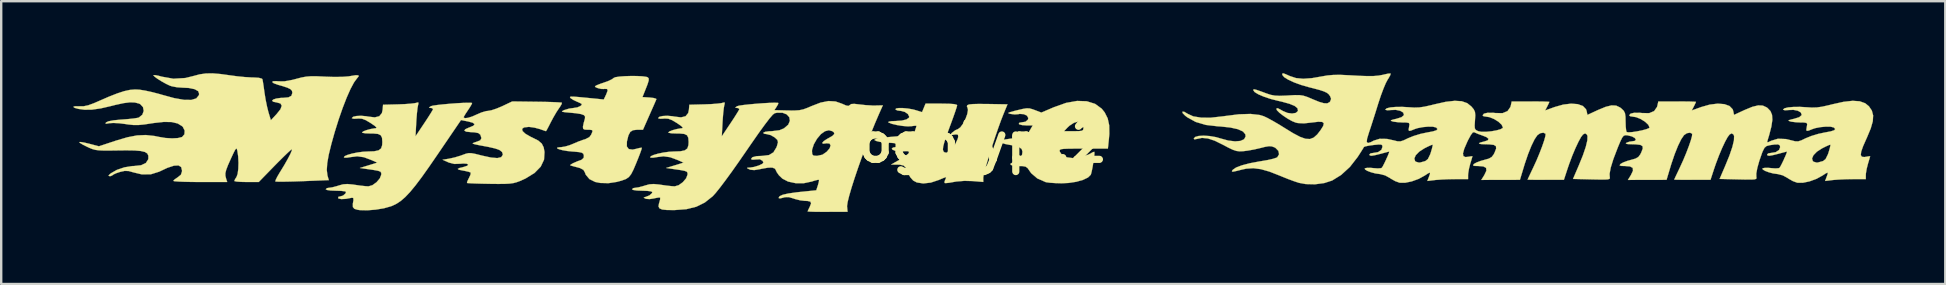
<source format=kicad_pcb>
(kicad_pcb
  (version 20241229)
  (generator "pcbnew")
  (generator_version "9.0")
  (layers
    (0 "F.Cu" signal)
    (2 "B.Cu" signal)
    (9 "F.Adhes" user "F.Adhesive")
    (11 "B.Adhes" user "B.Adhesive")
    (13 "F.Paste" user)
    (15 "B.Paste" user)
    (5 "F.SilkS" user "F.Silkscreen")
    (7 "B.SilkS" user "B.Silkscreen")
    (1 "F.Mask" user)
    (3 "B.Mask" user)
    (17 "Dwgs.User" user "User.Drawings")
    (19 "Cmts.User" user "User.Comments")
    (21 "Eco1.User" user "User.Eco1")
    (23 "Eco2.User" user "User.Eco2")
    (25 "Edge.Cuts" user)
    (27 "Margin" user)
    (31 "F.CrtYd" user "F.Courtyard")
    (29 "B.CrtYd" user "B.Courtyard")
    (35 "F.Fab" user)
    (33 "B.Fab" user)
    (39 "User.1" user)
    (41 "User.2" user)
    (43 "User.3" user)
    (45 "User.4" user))
  (footprint "logotype2"
    (layer "F.Cu")
    (at 37.493 2.9)
    (property "Reference" "logotype2" (at 0 0 0) (layer "F.SilkS") (effects (font (size 1.524 1.524) (thickness 0.3))))
    (attr through_hole)
    (fp_poly (pts (xy 4.737 -1.731) (xy 5.082 -1.623) (xy 5.359 -1.421) (xy 5.482 -1.267) (xy 5.607 -1.018) (xy 5.67 -0.728) (xy 5.675 -0.37) (xy 5.657 -0.155) (xy 5.615 0.242) (xy 4.597 0.242) (xy 4.225 0.242) (xy 3.958 0.245) (xy 3.778 0.252) (xy 3.671 0.266) (xy 3.618 0.289) (xy 3.604 0.322) (xy 3.612 0.368) (xy 3.613 0.37) (xy 3.708 0.511) (xy 3.892 0.602) (xy 4.141 0.636) (xy 4.408 0.611) (xy 4.623 0.555) (xy 4.81 0.487) (xy 4.884 0.449) (xy 4.995 0.387) (xy 5.052 0.375) (xy 5.056 0.443) (xy 5.041 0.594) (xy 5.013 0.792) (xy 4.979 1.001) (xy 4.942 1.186) (xy 4.91 1.31) (xy 4.902 1.33) (xy 4.788 1.444) (xy 4.579 1.544) (xy 4.302 1.623) (xy 3.983 1.672) (xy 3.689 1.686) (xy 3.432 1.679) (xy 3.205 1.664) (xy 3.049 1.643) (xy 3.023 1.637) (xy 2.673 1.483) (xy 2.421 1.267) (xy 2.359 1.181) (xy 2.273 1.056) (xy 2.186 0.993) (xy 2.053 0.97) (xy 1.904 0.968) (xy 1.684 0.955) (xy 1.567 0.92) (xy 1.558 0.87) (xy 1.664 0.808) (xy 1.723 0.786) (xy 1.934 0.669) (xy 2.041 0.491) (xy 2.056 0.369) (xy 2.023 0.258) (xy 1.912 0.177) (xy 1.707 0.117) (xy 1.542 0.089) (xy 1.339 0.05) (xy 1.171 0.001) (xy 1.119 -0.021) (xy 1.062 -0.062) (xy 1.086 -0.092) (xy 1.207 -0.12) (xy 1.3 -0.135) (xy 1.559 -0.173) (xy 1.835 -0.21) (xy 1.907 -0.218) (xy 2.098 -0.251) (xy 2.215 -0.309) (xy 2.307 -0.422) (xy 2.344 -0.484) (xy 3.789 -0.484) (xy 4.193 -0.484) (xy 4.407 -0.487) (xy 4.528 -0.501) (xy 4.582 -0.537) (xy 4.596 -0.604) (xy 4.596 -0.628) (xy 4.56 -0.772) (xy 4.506 -0.847) (xy 4.375 -0.883) (xy 4.201 -0.834) (xy 4.013 -0.712) (xy 3.926 -0.63) (xy 3.789 -0.484) (xy 2.344 -0.484) (xy 2.348 -0.49) (xy 2.483 -0.726) (xy 2.213 -0.726) (xy 2.041 -0.738) (xy 1.926 -0.77) (xy 1.905 -0.786) (xy 1.923 -0.834) (xy 1.987 -0.847) (xy 2.184 -0.879) (xy 2.286 -0.97) (xy 2.298 -1.033) (xy 2.245 -1.131) (xy 2.113 -1.193) (xy 1.943 -1.205) (xy 1.878 -1.193) (xy 1.737 -1.183) (xy 1.569 -1.202) (xy 1.482 -1.224) (xy 1.468 -1.247) (xy 1.54 -1.278) (xy 1.71 -1.325) (xy 1.834 -1.356) (xy 2.07 -1.412) (xy 2.229 -1.438) (xy 2.352 -1.433) (xy 2.478 -1.398) (xy 2.568 -1.365) (xy 2.843 -1.26) (xy 3.372 -1.486) (xy 3.875 -1.664) (xy 4.333 -1.745) (xy 4.737 -1.731)) (stroke (width 0.01) (type solid)) (fill yes) (layer "F.SilkS"))
    (fp_poly (pts (xy -13.995 -2.782) (xy -13.771 -2.77) (xy -13.609 -2.747) (xy -13.553 -2.727) (xy -13.515 -2.679) (xy -13.517 -2.592) (xy -13.564 -2.44) (xy -13.623 -2.289) (xy -13.776 -1.905) (xy -13.476 -1.887) (xy -13.309 -1.867) (xy -13.209 -1.837) (xy -13.195 -1.817) (xy -13.226 -1.744) (xy -13.295 -1.585) (xy -13.392 -1.366) (xy -13.485 -1.155) (xy -13.755 -0.544) (xy -14.004 -0.544) (xy -14.172 -0.525) (xy -14.285 -0.453) (xy -14.362 -0.305) (xy -14.422 -0.06) (xy -14.424 -0.047) (xy -14.427 0.151) (xy -14.346 0.261) (xy -14.184 0.283) (xy -14.046 0.253) (xy -13.899 0.215) (xy -13.811 0.205) (xy -13.803 0.208) (xy -13.815 0.269) (xy -13.867 0.418) (xy -13.949 0.631) (xy -14.032 0.836) (xy -14.15 1.115) (xy -14.247 1.305) (xy -14.345 1.429) (xy -14.47 1.511) (xy -14.643 1.574) (xy -14.847 1.629) (xy -15.186 1.681) (xy -15.533 1.673) (xy -15.745 1.631) (xy -15.986 1.511) (xy -16.139 1.328) (xy -16.173 1.237) (xy -16.235 1.128) (xy -16.375 1.053) (xy -16.465 1.027) (xy -16.637 0.982) (xy -16.759 0.948) (xy -16.782 0.941) (xy -16.771 0.909) (xy -16.666 0.849) (xy -16.487 0.771) (xy -16.309 0.705) (xy -16.223 0.62) (xy -16.218 0.529) (xy -16.239 0.459) (xy -16.294 0.415) (xy -16.409 0.388) (xy -16.61 0.368) (xy -16.691 0.363) (xy -16.918 0.34) (xy -17.111 0.306) (xy -17.254 0.267) (xy -17.331 0.23) (xy -17.325 0.2) (xy -17.221 0.184) (xy -17.175 0.183) (xy -16.998 0.155) (xy -16.777 0.087) (xy -16.654 0.036) (xy -16.445 -0.053) (xy -16.249 -0.124) (xy -16.164 -0.148) (xy -15.99 -0.236) (xy -15.914 -0.338) (xy -15.859 -0.47) (xy -15.871 -0.529) (xy -15.973 -0.544) (xy -16.064 -0.544) (xy -16.183 -0.55) (xy -16.245 -0.582) (xy -16.257 -0.666) (xy -16.225 -0.823) (xy -16.174 -1.005) (xy -16.167 -1.092) (xy -16.216 -1.154) (xy -16.337 -1.198) (xy -16.549 -1.232) (xy -16.782 -1.254) (xy -16.999 -1.274) (xy -17.11 -1.292) (xy -17.13 -1.313) (xy -17.074 -1.346) (xy -17.024 -1.368) (xy -16.83 -1.426) (xy -16.658 -1.449) (xy -16.486 -1.477) (xy -16.362 -1.532) (xy -16.304 -1.586) (xy -16.321 -1.63) (xy -16.431 -1.684) (xy -16.497 -1.711) (xy -16.657 -1.787) (xy -16.766 -1.858) (xy -16.784 -1.878) (xy -16.795 -1.903) (xy -16.782 -1.919) (xy -16.729 -1.925) (xy -16.621 -1.922) (xy -16.442 -1.908) (xy -16.176 -1.883) (xy -15.808 -1.847) (xy -15.737 -1.84) (xy -15.388 -1.805) (xy -15.285 -2.021) (xy -15.227 -2.173) (xy -15.248 -2.242) (xy -15.354 -2.247) (xy -15.385 -2.242) (xy -15.493 -2.245) (xy -15.623 -2.274) (xy -15.726 -2.315) (xy -15.756 -2.355) (xy -15.687 -2.396) (xy -15.537 -2.456) (xy -15.378 -2.51) (xy -15.183 -2.581) (xy -15.037 -2.653) (xy -14.98 -2.7) (xy -14.903 -2.734) (xy -14.735 -2.759) (xy -14.508 -2.776) (xy -14.251 -2.784) (xy -13.995 -2.782)) (stroke (width 0.01) (type solid)) (fill yes) (layer "F.SilkS"))
    (fp_poly (pts (xy -1.002 -1.628) (xy -0.792 -1.613) (xy -0.685 -1.586) (xy -0.665 -1.562) (xy -0.686 -1.482) (xy -0.741 -1.312) (xy -0.825 -1.073) (xy -0.928 -0.789) (xy -0.968 -0.684) (xy -1.103 -0.315) (xy -1.195 -0.042) (xy -1.246 0.151) (xy -1.259 0.278) (xy -1.238 0.356) (xy -1.184 0.399) (xy -1.171 0.405) (xy -1.036 0.408) (xy -0.903 0.306) (xy -0.764 0.093) (xy -0.745 0.055) (xy -0.643 -0.16) (xy -0.61 -0.289) (xy -0.647 -0.346) (xy -0.755 -0.347) (xy -0.796 -0.34) (xy -0.922 -0.318) (xy -0.947 -0.338) (xy -0.887 -0.413) (xy -0.882 -0.417) (xy -0.745 -0.523) (xy -0.639 -0.568) (xy -0.532 -0.644) (xy -0.418 -0.799) (xy -0.317 -0.996) (xy -0.243 -1.199) (xy -0.214 -1.371) (xy -0.232 -1.458) (xy -0.26 -1.522) (xy -0.242 -1.568) (xy -0.164 -1.598) (xy -0.012 -1.614) (xy 0.229 -1.62) (xy 0.574 -1.617) (xy 0.671 -1.616) (xy 1.432 -1.603) (xy 1.264 -1.196) (xy 1.163 -0.937) (xy 1.048 -0.62) (xy 0.926 -0.267) (xy 0.804 0.103) (xy 0.688 0.466) (xy 0.585 0.803) (xy 0.502 1.091) (xy 0.446 1.31) (xy 0.424 1.439) (xy 0.423 1.445) (xy 0.423 1.631) (xy -0.015 1.594) (xy -0.362 1.585) (xy -0.697 1.612) (xy -0.806 1.631) (xy -0.999 1.665) (xy -1.139 1.679) (xy -1.189 1.674) (xy -1.188 1.604) (xy -1.153 1.52) (xy -1.124 1.456) (xy -1.142 1.435) (xy -1.227 1.461) (xy -1.4 1.535) (xy -1.422 1.545) (xy -1.76 1.657) (xy -2.076 1.693) (xy -2.344 1.652) (xy -2.497 1.571) (xy -2.621 1.43) (xy -2.718 1.246) (xy -2.726 1.224) (xy -2.799 1.043) (xy -2.894 0.948) (xy -3.047 0.912) (xy -3.175 0.908) (xy -3.417 0.906) (xy -3.084 0.716) (xy -2.837 0.563) (xy -2.696 0.449) (xy -2.665 0.376) (xy -2.743 0.345) (xy -2.872 0.351) (xy -3.077 0.357) (xy -3.253 0.331) (xy -3.365 0.281) (xy -3.387 0.241) (xy -3.335 0.196) (xy -3.235 0.181) (xy -3.122 0.163) (xy -3.084 0.127) (xy -3.14 0.057) (xy -3.292 0.012) (xy -3.467 -0.001) (xy -3.676 -0.012) (xy -3.876 -0.038) (xy -4.032 -0.075) (xy -4.109 -0.114) (xy -4.112 -0.123) (xy -4.052 -0.161) (xy -3.874 -0.198) (xy -3.581 -0.234) (xy -3.176 -0.268) (xy -3.013 -0.28) (xy -2.76 -0.298) (xy -2.601 -0.318) (xy -2.51 -0.351) (xy -2.46 -0.406) (xy -2.425 -0.493) (xy -2.423 -0.499) (xy -2.379 -0.633) (xy -2.359 -0.706) (xy -2.359 -0.707) (xy -2.411 -0.713) (xy -2.539 -0.697) (xy -2.564 -0.693) (xy -2.727 -0.685) (xy -2.945 -0.704) (xy -3.177 -0.741) (xy -3.382 -0.79) (xy -3.518 -0.844) (xy -3.535 -0.856) (xy -3.513 -0.883) (xy -3.395 -0.902) (xy -3.244 -0.907) (xy -2.975 -0.925) (xy -2.778 -0.973) (xy -2.673 -1.046) (xy -2.661 -1.086) (xy -2.714 -1.195) (xy -2.843 -1.286) (xy -3.004 -1.33) (xy -3.025 -1.33) (xy -3.163 -1.35) (xy -3.235 -1.391) (xy -3.211 -1.43) (xy -3.097 -1.448) (xy -2.923 -1.447) (xy -2.718 -1.428) (xy -2.512 -1.392) (xy -2.409 -1.365) (xy -2.128 -1.279) (xy -2.054 -1.456) (xy -1.981 -1.633) (xy -1.323 -1.633) (xy -1.002 -1.628)) (stroke (width 0.01) (type solid)) (fill yes) (layer "F.SilkS"))
    (fp_poly (pts (xy -18.181 -1.711) (xy -17.842 -1.706) (xy -17.548 -1.698) (xy -17.318 -1.688) (xy -17.173 -1.678) (xy -17.132 -1.67) (xy -17.146 -1.609) (xy -17.217 -1.49) (xy -17.253 -1.44) (xy -17.36 -1.279) (xy -17.488 -1.059) (xy -17.593 -0.862) (xy -17.688 -0.675) (xy -17.76 -0.54) (xy -17.795 -0.485) (xy -17.796 -0.485) (xy -17.856 -0.504) (xy -17.99 -0.551) (xy -18.052 -0.573) (xy -18.269 -0.631) (xy -18.487 -0.662) (xy -18.517 -0.663) (xy -18.707 -0.642) (xy -18.791 -0.581) (xy -18.771 -0.489) (xy -18.651 -0.376) (xy -18.434 -0.251) (xy -18.357 -0.215) (xy -18.118 -0.094) (xy -17.972 0.031) (xy -17.892 0.189) (xy -17.857 0.382) (xy -17.877 0.703) (xy -18.015 0.994) (xy -18.27 1.254) (xy -18.642 1.484) (xy -18.876 1.59) (xy -19.014 1.641) (xy -19.148 1.677) (xy -19.304 1.699) (xy -19.508 1.71) (xy -19.783 1.713) (xy -20.132 1.709) (xy -20.455 1.703) (xy -20.732 1.695) (xy -20.942 1.686) (xy -21.065 1.677) (xy -21.087 1.673) (xy -21.075 1.611) (xy -21.017 1.488) (xy -21.003 1.464) (xy -20.942 1.331) (xy -20.931 1.246) (xy -20.935 1.239) (xy -21.013 1.208) (xy -21.168 1.172) (xy -21.267 1.154) (xy -21.426 1.121) (xy -21.471 1.088) (xy -21.399 1.049) (xy -21.212 1.002) (xy -21.07 0.954) (xy -21.036 0.906) (xy -21.096 0.871) (xy -21.24 0.862) (xy -21.346 0.871) (xy -21.613 0.881) (xy -21.84 0.823) (xy -21.875 0.808) (xy -22.104 0.705) (xy -21.832 0.661) (xy -21.601 0.61) (xy -21.35 0.534) (xy -21.274 0.506) (xy -21.134 0.455) (xy -21.022 0.43) (xy -20.902 0.432) (xy -20.74 0.462) (xy -20.502 0.522) (xy -20.454 0.534) (xy -20.087 0.614) (xy -19.823 0.636) (xy -19.66 0.598) (xy -19.596 0.502) (xy -19.594 0.479) (xy -19.625 0.383) (xy -19.725 0.304) (xy -19.911 0.236) (xy -20.198 0.17) (xy -20.338 0.144) (xy -20.567 0.102) (xy -20.745 0.064) (xy -20.842 0.038) (xy -20.851 0.033) (xy -20.818 0.002) (xy -20.702 -0.039) (xy -20.674 -0.047) (xy -20.533 -0.104) (xy -20.489 -0.183) (xy -20.491 -0.217) (xy -20.53 -0.337) (xy -20.613 -0.405) (xy -20.769 -0.436) (xy -20.918 -0.444) (xy -21.115 -0.464) (xy -21.196 -0.506) (xy -21.16 -0.565) (xy -21.005 -0.635) (xy -20.983 -0.642) (xy -20.817 -0.713) (xy -20.771 -0.778) (xy -20.846 -0.837) (xy -21.038 -0.889) (xy -21.336 -0.948) (xy -22.315 0.489) (xy -22.672 1.008) (xy -22.975 1.434) (xy -23.235 1.778) (xy -23.459 2.049) (xy -23.658 2.259) (xy -23.84 2.417) (xy -24.016 2.535) (xy -24.195 2.622) (xy -24.252 2.644) (xy -24.545 2.727) (xy -24.89 2.784) (xy -25.241 2.812) (xy -25.546 2.805) (xy -25.642 2.791) (xy -25.777 2.751) (xy -25.84 2.678) (xy -25.843 2.54) (xy -25.817 2.389) (xy -25.825 2.297) (xy -25.884 2.289) (xy -26.131 2.335) (xy -26.325 2.345) (xy -26.44 2.319) (xy -26.454 2.305) (xy -26.444 2.249) (xy -26.383 2.238) (xy -26.251 2.199) (xy -26.15 2.111) (xy -26.126 2.044) (xy -26.181 2.02) (xy -26.327 2.003) (xy -26.532 1.996) (xy -26.549 1.996) (xy -26.766 1.988) (xy -26.916 1.966) (xy -26.972 1.935) (xy -26.972 1.935) (xy -26.921 1.888) (xy -26.836 1.874) (xy -26.696 1.854) (xy -26.506 1.804) (xy -26.433 1.78) (xy -26.252 1.73) (xy -26.071 1.717) (xy -25.84 1.738) (xy -25.756 1.751) (xy -25.523 1.784) (xy -25.317 1.806) (xy -25.193 1.814) (xy -25.026 1.765) (xy -24.854 1.641) (xy -24.718 1.48) (xy -24.659 1.33) (xy -24.659 1.253) (xy -24.693 1.202) (xy -24.785 1.167) (xy -24.96 1.134) (xy -25.098 1.114) (xy -25.551 1.049) (xy -25.188 0.938) (xy -24.825 0.827) (xy -25.067 0.718) (xy -25.383 0.6) (xy -25.659 0.562) (xy -25.93 0.595) (xy -26.092 0.62) (xy -26.198 0.617) (xy -26.215 0.607) (xy -26.186 0.558) (xy -26.065 0.504) (xy -25.879 0.45) (xy -25.657 0.404) (xy -25.425 0.373) (xy -25.238 0.363) (xy -24.954 0.353) (xy -24.771 0.314) (xy -24.666 0.234) (xy -24.621 0.099) (xy -24.614 -0.034) (xy -24.626 -0.208) (xy -24.679 -0.315) (xy -24.795 -0.37) (xy -24.997 -0.389) (xy -25.143 -0.39) (xy -25.32 -0.396) (xy -25.436 -0.415) (xy -25.46 -0.432) (xy -25.408 -0.476) (xy -25.277 -0.527) (xy -25.109 -0.573) (xy -24.946 -0.602) (xy -24.886 -0.606) (xy -24.854 -0.63) (xy -24.925 -0.703) (xy -25.098 -0.822) (xy -25.305 -0.945) (xy -25.461 -1.004) (xy -25.608 -1.013) (xy -25.657 -1.008) (xy -25.802 -1.002) (xy -25.88 -1.022) (xy -25.884 -1.031) (xy -25.83 -1.085) (xy -25.69 -1.117) (xy -25.497 -1.126) (xy -25.287 -1.108) (xy -25.206 -1.093) (xy -24.929 -1.06) (xy -24.74 -1.108) (xy -24.632 -1.24) (xy -24.602 -1.376) (xy -24.584 -1.586) (xy -23.949 -1.602) (xy -23.672 -1.613) (xy -23.432 -1.631) (xy -23.261 -1.651) (xy -23.198 -1.666) (xy -23.118 -1.686) (xy -23.11 -1.629) (xy -23.126 -1.567) (xy -23.149 -1.444) (xy -23.172 -1.235) (xy -23.193 -0.977) (xy -23.201 -0.847) (xy -23.231 -0.272) (xy -22.867 -0.816) (xy -22.718 -1.042) (xy -22.598 -1.231) (xy -22.521 -1.36) (xy -22.5 -1.406) (xy -22.547 -1.445) (xy -22.603 -1.453) (xy -22.669 -1.462) (xy -22.633 -1.499) (xy -22.588 -1.527) (xy -22.498 -1.55) (xy -22.319 -1.576) (xy -22.079 -1.602) (xy -21.804 -1.627) (xy -21.522 -1.648) (xy -21.26 -1.663) (xy -21.047 -1.669) (xy -20.909 -1.666) (xy -20.874 -1.658) (xy -20.893 -1.604) (xy -20.966 -1.481) (xy -21.04 -1.369) (xy -21.144 -1.213) (xy -21.212 -1.099) (xy -21.227 -1.063) (xy -21.178 -1.027) (xy -21.048 -1.04) (xy -20.864 -1.098) (xy -20.683 -1.179) (xy -20.48 -1.266) (xy -20.29 -1.321) (xy -20.208 -1.33) (xy -20.067 -1.356) (xy -19.861 -1.424) (xy -19.633 -1.519) (xy -19.616 -1.527) (xy -19.201 -1.724) (xy -18.181 -1.711)) (stroke (width 0.01) (type solid)) (fill yes) (layer "F.SilkS"))
    (fp_poly (pts (xy -31.354 -2.866) (xy -30.964 -2.812) (xy -30.658 -2.771) (xy -30.345 -2.74) (xy -30.079 -2.724) (xy -30.009 -2.723) (xy -29.762 -2.709) (xy -29.63 -2.672) (xy -29.609 -2.646) (xy -29.591 -2.553) (xy -29.563 -2.375) (xy -29.531 -2.146) (xy -29.523 -2.086) (xy -29.477 -1.801) (xy -29.418 -1.511) (xy -29.36 -1.278) (xy -29.358 -1.272) (xy -29.258 -0.941) (xy -29.018 -1.198) (xy -28.858 -1.399) (xy -28.805 -1.545) (xy -28.858 -1.639) (xy -29.014 -1.682) (xy -29.162 -1.712) (xy -29.205 -1.756) (xy -29.157 -1.804) (xy -29.033 -1.845) (xy -28.847 -1.871) (xy -28.746 -1.874) (xy -28.525 -1.894) (xy -28.403 -1.959) (xy -28.363 -2.078) (xy -28.363 -2.086) (xy -28.379 -2.168) (xy -28.441 -2.235) (xy -28.568 -2.297) (xy -28.781 -2.367) (xy -28.953 -2.415) (xy -29.134 -2.479) (xy -29.203 -2.534) (xy -29.161 -2.568) (xy -29.008 -2.569) (xy -28.95 -2.563) (xy -28.692 -2.562) (xy -28.357 -2.623) (xy -28.209 -2.662) (xy -27.983 -2.721) (xy -27.787 -2.757) (xy -27.585 -2.773) (xy -27.338 -2.772) (xy -27.009 -2.757) (xy -27.003 -2.756) (xy -26.624 -2.744) (xy -26.285 -2.748) (xy -26.021 -2.768) (xy -25.95 -2.78) (xy -25.73 -2.816) (xy -25.616 -2.815) (xy -25.598 -2.773) (xy -25.666 -2.688) (xy -25.668 -2.687) (xy -25.793 -2.517) (xy -25.939 -2.245) (xy -26.099 -1.885) (xy -26.266 -1.455) (xy -26.435 -0.97) (xy -26.599 -0.445) (xy -26.736 0.043) (xy -26.847 0.494) (xy -26.91 0.852) (xy -26.928 1.133) (xy -26.902 1.353) (xy -26.89 1.397) (xy -26.843 1.554) (xy -27.942 1.598) (xy -28.294 1.61) (xy -28.602 1.617) (xy -28.848 1.62) (xy -29.012 1.617) (xy -29.072 1.61) (xy -29.057 1.547) (xy -28.99 1.411) (xy -28.883 1.229) (xy -28.863 1.197) (xy -28.695 0.922) (xy -28.553 0.671) (xy -28.446 0.465) (xy -28.386 0.323) (xy -28.379 0.266) (xy -28.428 0.299) (xy -28.545 0.405) (xy -28.717 0.57) (xy -28.929 0.78) (xy -29.084 0.937) (xy -29.763 1.633) (xy -30.273 1.633) (xy -30.504 1.628) (xy -30.68 1.615) (xy -30.773 1.596) (xy -30.78 1.587) (xy -30.746 1.509) (xy -30.69 1.425) (xy -30.643 1.297) (xy -30.615 1.087) (xy -30.607 0.831) (xy -30.62 0.565) (xy -30.654 0.334) (xy -30.675 0.257) (xy -30.702 0.238) (xy -30.746 0.292) (xy -30.817 0.43) (xy -30.923 0.658) (xy -31.045 0.932) (xy -31.119 1.125) (xy -31.153 1.265) (xy -31.151 1.379) (xy -31.122 1.495) (xy -31.121 1.497) (xy -31.077 1.633) (xy -32.199 1.633) (xy -32.553 1.631) (xy -32.861 1.624) (xy -33.104 1.614) (xy -33.264 1.602) (xy -33.322 1.588) (xy -33.322 1.587) (xy -33.274 1.53) (xy -33.159 1.45) (xy -33.141 1.439) (xy -33.005 1.329) (xy -32.96 1.186) (xy -32.96 1.156) (xy -32.995 1.01) (xy -33.106 0.942) (xy -33.295 0.952) (xy -33.567 1.041) (xy -33.915 1.204) (xy -34.259 1.312) (xy -34.643 1.313) (xy -34.978 1.233) (xy -35.182 1.176) (xy -35.347 1.17) (xy -35.535 1.211) (xy -35.703 1.267) (xy -35.816 1.32) (xy -35.837 1.339) (xy -35.919 1.384) (xy -35.972 1.39) (xy -36.023 1.374) (xy -35.981 1.318) (xy -35.923 1.27) (xy -35.673 1.127) (xy -35.358 1.021) (xy -35.034 0.969) (xy -34.96 0.967) (xy -34.664 0.934) (xy -34.466 0.841) (xy -34.369 0.691) (xy -34.362 0.653) (xy -34.363 0.533) (xy -34.407 0.444) (xy -34.507 0.381) (xy -34.677 0.341) (xy -34.93 0.319) (xy -35.281 0.314) (xy -35.596 0.317) (xy -35.959 0.322) (xy -36.226 0.322) (xy -36.42 0.314) (xy -36.566 0.295) (xy -36.689 0.262) (xy -36.812 0.213) (xy -36.915 0.165) (xy -37.092 0.077) (xy -37.209 0.005) (xy -37.242 -0.032) (xy -37.172 -0.033) (xy -37.02 -0.007) (xy -36.817 0.041) (xy -36.423 0.145) (xy -35.704 -0.093) (xy -35.235 -0.231) (xy -34.835 -0.308) (xy -34.47 -0.324) (xy -34.107 -0.285) (xy -33.927 -0.248) (xy -33.653 -0.202) (xy -33.374 -0.185) (xy -33.131 -0.198) (xy -32.963 -0.24) (xy -32.956 -0.244) (xy -32.86 -0.354) (xy -32.849 -0.507) (xy -32.923 -0.659) (xy -32.955 -0.692) (xy -33.139 -0.805) (xy -33.388 -0.865) (xy -33.715 -0.871) (xy -34.136 -0.825) (xy -34.225 -0.811) (xy -34.539 -0.764) (xy -34.778 -0.741) (xy -34.986 -0.742) (xy -35.206 -0.765) (xy -35.322 -0.783) (xy -35.577 -0.815) (xy -35.812 -0.827) (xy -35.981 -0.818) (xy -35.992 -0.816) (xy -36.12 -0.795) (xy -36.15 -0.813) (xy -36.118 -0.854) (xy -36.014 -0.899) (xy -35.804 -0.938) (xy -35.505 -0.967) (xy -35.453 -0.97) (xy -35.187 -0.991) (xy -34.959 -1.016) (xy -34.802 -1.041) (xy -34.757 -1.054) (xy -34.613 -1.171) (xy -34.556 -1.328) (xy -34.585 -1.487) (xy -34.7 -1.611) (xy -34.753 -1.636) (xy -34.925 -1.68) (xy -35.13 -1.687) (xy -35.391 -1.654) (xy -35.733 -1.58) (xy -35.901 -1.537) (xy -36.346 -1.434) (xy -36.71 -1.382) (xy -37.021 -1.378) (xy -37.268 -1.411) (xy -37.437 -1.457) (xy -37.488 -1.498) (xy -37.425 -1.523) (xy -37.252 -1.524) (xy -37.227 -1.522) (xy -37.056 -1.524) (xy -36.869 -1.563) (xy -36.633 -1.649) (xy -36.456 -1.726) (xy -36.016 -1.918) (xy -35.662 -2.057) (xy -35.375 -2.151) (xy -35.133 -2.204) (xy -34.918 -2.222) (xy -34.731 -2.213) (xy -34.499 -2.176) (xy -34.205 -2.112) (xy -33.898 -2.032) (xy -33.79 -2) (xy -33.284 -1.862) (xy -32.878 -1.791) (xy -32.573 -1.787) (xy -32.366 -1.85) (xy -32.259 -1.98) (xy -32.246 -2.036) (xy -32.284 -2.15) (xy -32.431 -2.234) (xy -32.675 -2.285) (xy -32.94 -2.298) (xy -33.17 -2.314) (xy -33.384 -2.355) (xy -33.465 -2.381) (xy -33.636 -2.463) (xy -33.818 -2.565) (xy -33.984 -2.669) (xy -34.105 -2.759) (xy -34.153 -2.815) (xy -34.15 -2.821) (xy -34.081 -2.821) (xy -33.933 -2.792) (xy -33.801 -2.756) (xy -33.317 -2.67) (xy -32.821 -2.7) (xy -32.485 -2.783) (xy -32.223 -2.853) (xy -31.968 -2.889) (xy -31.689 -2.894) (xy -31.354 -2.866)) (stroke (width 0.01) (type solid)) (fill yes) (layer "F.SilkS"))
    (fp_poly (pts (xy -5.732 -1.723) (xy -5.471 -1.632) (xy -5.294 -1.555) (xy -5.192 -1.537) (xy -5.14 -1.573) (xy -5.079 -1.615) (xy -4.951 -1.623) (xy -4.738 -1.599) (xy -4.474 -1.57) (xy -4.198 -1.554) (xy -4.073 -1.554) (xy -3.761 -1.561) (xy -3.914 -1.219) (xy -4.09 -0.809) (xy -4.272 -0.361) (xy -4.454 0.108) (xy -4.63 0.582) (xy -4.794 1.045) (xy -4.942 1.482) (xy -5.067 1.875) (xy -5.164 2.209) (xy -5.228 2.467) (xy -5.252 2.633) (xy -5.251 2.659) (xy -5.231 2.873) (xy -6.063 2.876) (xy -6.364 2.876) (xy -6.617 2.873) (xy -6.799 2.867) (xy -6.889 2.86) (xy -6.894 2.858) (xy -6.869 2.795) (xy -6.809 2.672) (xy -6.806 2.666) (xy -6.751 2.526) (xy -6.778 2.451) (xy -6.902 2.422) (xy -7.008 2.419) (xy -7.205 2.396) (xy -7.427 2.34) (xy -7.479 2.321) (xy -7.68 2.262) (xy -7.841 2.266) (xy -7.919 2.288) (xy -8.047 2.318) (xy -8.103 2.301) (xy -8.104 2.297) (xy -8.062 2.225) (xy -7.929 2.164) (xy -7.698 2.111) (xy -7.358 2.063) (xy -7.199 2.046) (xy -6.535 1.978) (xy -6.467 1.771) (xy -6.428 1.629) (xy -6.419 1.546) (xy -6.422 1.541) (xy -6.488 1.545) (xy -6.628 1.582) (xy -6.715 1.611) (xy -7.048 1.682) (xy -7.393 1.682) (xy -7.71 1.614) (xy -7.945 1.492) (xy -8.088 1.356) (xy -8.185 1.218) (xy -8.201 1.177) (xy -8.253 1.079) (xy -8.361 1.033) (xy -8.542 1.035) (xy -8.814 1.083) (xy -8.884 1.099) (xy -9.115 1.137) (xy -9.274 1.123) (xy -9.327 1.103) (xy -9.418 1.055) (xy -9.402 1.037) (xy -9.296 1.032) (xy -9.125 1.005) (xy -8.931 0.946) (xy -8.911 0.937) (xy -8.775 0.872) (xy -8.737 0.817) (xy -8.773 0.751) (xy -8.882 0.686) (xy -9.052 0.694) (xy -9.187 0.704) (xy -9.252 0.68) (xy -9.253 0.674) (xy -9.195 0.6) (xy -9.02 0.556) (xy -8.771 0.544) (xy -8.504 0.51) (xy -8.319 0.397) (xy -8.287 0.343) (xy -6.713 0.343) (xy -6.703 0.478) (xy -6.648 0.533) (xy -6.51 0.544) (xy -6.502 0.544) (xy -6.277 0.495) (xy -6.099 0.372) (xy -5.975 0.227) (xy -5.938 0.105) (xy -5.984 0.029) (xy -6.112 0.019) (xy -6.139 0.025) (xy -6.259 0.037) (xy -6.284 -0.001) (xy -6.22 -0.074) (xy -6.074 -0.168) (xy -6.052 -0.179) (xy -5.863 -0.287) (xy -5.782 -0.369) (xy -5.801 -0.438) (xy -5.87 -0.486) (xy -6.011 -0.524) (xy -6.173 -0.482) (xy -6.34 -0.363) (xy -6.504 -0.169) (xy -6.635 0.059) (xy -6.707 0.277) (xy -6.713 0.343) (xy -8.287 0.343) (xy -8.193 0.189) (xy -8.169 0.121) (xy -8.13 -0.026) (xy -8.155 -0.12) (xy -8.258 -0.218) (xy -8.268 -0.226) (xy -8.432 -0.321) (xy -8.599 -0.362) (xy -8.606 -0.363) (xy -8.718 -0.38) (xy -8.739 -0.423) (xy -8.662 -0.458) (xy -8.505 -0.48) (xy -8.388 -0.484) (xy -8.066 -0.524) (xy -7.879 -0.603) (xy -7.703 -0.755) (xy -7.634 -0.916) (xy -7.658 -1.065) (xy -7.765 -1.184) (xy -7.941 -1.253) (xy -8.174 -1.252) (xy -8.268 -1.232) (xy -8.346 -1.172) (xy -8.482 -1.015) (xy -8.677 -0.76) (xy -8.934 -0.406) (xy -9.251 0.049) (xy -9.47 0.367) (xy -9.773 0.805) (xy -10.059 1.21) (xy -10.32 1.567) (xy -10.545 1.865) (xy -10.724 2.088) (xy -10.847 2.224) (xy -10.849 2.226) (xy -11.178 2.487) (xy -11.534 2.663) (xy -11.945 2.765) (xy -12.437 2.802) (xy -12.441 2.802) (xy -12.75 2.8) (xy -12.954 2.779) (xy -13.068 2.731) (xy -13.108 2.649) (xy -13.087 2.525) (xy -13.075 2.489) (xy -13.039 2.356) (xy -13.038 2.283) (xy -13.039 2.282) (xy -13.108 2.279) (xy -13.249 2.305) (xy -13.297 2.317) (xy -13.479 2.345) (xy -13.626 2.335) (xy -13.643 2.329) (xy -13.724 2.288) (xy -13.69 2.265) (xy -13.637 2.252) (xy -13.482 2.189) (xy -13.382 2.099) (xy -13.365 2.049) (xy -13.421 2.023) (xy -13.566 2.004) (xy -13.772 1.996) (xy -13.789 1.996) (xy -14.006 1.988) (xy -14.156 1.966) (xy -14.212 1.935) (xy -14.212 1.935) (xy -14.161 1.888) (xy -14.076 1.874) (xy -13.936 1.854) (xy -13.746 1.804) (xy -13.673 1.78) (xy -13.491 1.73) (xy -13.311 1.717) (xy -13.079 1.738) (xy -12.996 1.751) (xy -12.762 1.784) (xy -12.556 1.806) (xy -12.432 1.814) (xy -12.266 1.765) (xy -12.094 1.641) (xy -11.957 1.48) (xy -11.899 1.33) (xy -11.898 1.253) (xy -11.932 1.202) (xy -12.024 1.167) (xy -12.199 1.134) (xy -12.337 1.114) (xy -12.791 1.049) (xy -12.428 0.938) (xy -12.065 0.827) (xy -12.307 0.718) (xy -12.623 0.6) (xy -12.899 0.562) (xy -13.169 0.595) (xy -13.331 0.62) (xy -13.437 0.617) (xy -13.455 0.607) (xy -13.426 0.558) (xy -13.305 0.504) (xy -13.119 0.45) (xy -12.896 0.404) (xy -12.664 0.373) (xy -12.477 0.363) (xy -12.194 0.353) (xy -12.01 0.314) (xy -11.906 0.234) (xy -11.861 0.099) (xy -11.853 -0.034) (xy -11.866 -0.208) (xy -11.919 -0.315) (xy -12.035 -0.37) (xy -12.236 -0.389) (xy -12.383 -0.39) (xy -12.56 -0.396) (xy -12.675 -0.415) (xy -12.7 -0.432) (xy -12.647 -0.476) (xy -12.516 -0.527) (xy -12.349 -0.573) (xy -12.186 -0.602) (xy -12.125 -0.606) (xy -12.093 -0.63) (xy -12.165 -0.703) (xy -12.337 -0.822) (xy -12.544 -0.945) (xy -12.7 -1.004) (xy -12.847 -1.013) (xy -12.897 -1.008) (xy -13.042 -1.002) (xy -13.119 -1.022) (xy -13.123 -1.031) (xy -13.069 -1.085) (xy -12.929 -1.117) (xy -12.737 -1.126) (xy -12.526 -1.108) (xy -12.445 -1.093) (xy -12.169 -1.06) (xy -11.979 -1.108) (xy -11.871 -1.24) (xy -11.841 -1.376) (xy -11.823 -1.586) (xy -11.188 -1.602) (xy -10.912 -1.613) (xy -10.672 -1.631) (xy -10.5 -1.651) (xy -10.438 -1.666) (xy -10.358 -1.686) (xy -10.349 -1.629) (xy -10.366 -1.567) (xy -10.388 -1.444) (xy -10.412 -1.235) (xy -10.432 -0.977) (xy -10.44 -0.847) (xy -10.471 -0.272) (xy -10.106 -0.816) (xy -9.957 -1.042) (xy -9.838 -1.231) (xy -9.76 -1.36) (xy -9.739 -1.406) (xy -9.787 -1.445) (xy -9.842 -1.453) (xy -9.908 -1.462) (xy -9.873 -1.499) (xy -9.827 -1.527) (xy -9.738 -1.55) (xy -9.56 -1.576) (xy -9.319 -1.602) (xy -9.044 -1.627) (xy -8.762 -1.648) (xy -8.501 -1.663) (xy -8.288 -1.67) (xy -8.15 -1.667) (xy -8.114 -1.659) (xy -8.128 -1.604) (xy -8.187 -1.502) (xy -8.279 -1.361) (xy -7.723 -1.347) (xy -7.444 -1.345) (xy -7.241 -1.358) (xy -7.069 -1.395) (xy -6.883 -1.464) (xy -6.747 -1.524) (xy -6.355 -1.675) (xy -6.025 -1.74) (xy -5.732 -1.723)) (stroke (width 0.01) (type solid)) (fill yes) (layer "F.SilkS"))
    (fp_poly (pts (xy 13.012 -2.863) (xy 13.185 -2.787) (xy 13.192 -2.783) (xy 13.454 -2.697) (xy 13.753 -2.668) (xy 14.115 -2.694) (xy 14.493 -2.76) (xy 14.758 -2.806) (xy 15.019 -2.829) (xy 15.318 -2.831) (xy 15.694 -2.813) (xy 16.113 -2.79) (xy 16.435 -2.78) (xy 16.685 -2.782) (xy 16.885 -2.799) (xy 17.059 -2.83) (xy 17.136 -2.849) (xy 17.289 -2.882) (xy 17.385 -2.888) (xy 17.396 -2.884) (xy 17.382 -2.822) (xy 17.314 -2.699) (xy 17.269 -2.629) (xy 17.193 -2.486) (xy 17.096 -2.256) (xy 16.989 -1.969) (xy 16.885 -1.656) (xy 16.87 -1.609) (xy 16.766 -1.273) (xy 16.659 -0.937) (xy 16.563 -0.639) (xy 16.488 -0.416) (xy 16.486 -0.408) (xy 16.414 -0.172) (xy 16.4 -0.036) (xy 16.451 0.009) (xy 16.572 -0.028) (xy 16.691 -0.091) (xy 16.936 -0.167) (xy 17.247 -0.162) (xy 17.527 -0.101) (xy 17.682 -0.062) (xy 17.804 -0.06) (xy 17.939 -0.103) (xy 18.117 -0.189) (xy 18.351 -0.284) (xy 18.64 -0.372) (xy 18.899 -0.427) (xy 19.158 -0.476) (xy 19.304 -0.523) (xy 19.348 -0.574) (xy 19.297 -0.632) (xy 19.285 -0.639) (xy 19.159 -0.671) (xy 18.96 -0.674) (xy 18.731 -0.653) (xy 18.516 -0.611) (xy 18.408 -0.576) (xy 18.241 -0.509) (xy 18.161 -0.497) (xy 18.144 -0.549) (xy 18.164 -0.665) (xy 18.18 -0.775) (xy 18.153 -0.828) (xy 18.054 -0.846) (xy 17.915 -0.847) (xy 17.706 -0.857) (xy 17.525 -0.88) (xy 17.478 -0.891) (xy 17.404 -0.918) (xy 17.416 -0.943) (xy 17.528 -0.976) (xy 17.629 -0.999) (xy 17.847 -1.067) (xy 17.946 -1.151) (xy 17.95 -1.167) (xy 17.916 -1.264) (xy 17.791 -1.336) (xy 17.607 -1.373) (xy 17.402 -1.365) (xy 17.257 -1.355) (xy 17.18 -1.375) (xy 17.175 -1.385) (xy 17.231 -1.437) (xy 17.384 -1.475) (xy 17.611 -1.495) (xy 17.886 -1.497) (xy 18.132 -1.483) (xy 18.372 -1.468) (xy 18.584 -1.474) (xy 18.808 -1.506) (xy 19.088 -1.569) (xy 19.226 -1.604) (xy 19.692 -1.708) (xy 20.065 -1.75) (xy 20.359 -1.732) (xy 20.587 -1.652) (xy 20.76 -1.513) (xy 20.859 -1.393) (xy 20.909 -1.285) (xy 20.922 -1.146) (xy 20.909 -0.932) (xy 20.896 -0.725) (xy 20.903 -0.604) (xy 20.942 -0.538) (xy 21.023 -0.494) (xy 21.049 -0.483) (xy 21.183 -0.458) (xy 21.375 -0.459) (xy 21.593 -0.48) (xy 21.802 -0.517) (xy 21.971 -0.564) (xy 22.065 -0.616) (xy 22.074 -0.638) (xy 22.021 -0.753) (xy 21.888 -0.878) (xy 21.708 -0.99) (xy 21.516 -1.068) (xy 21.382 -1.089) (xy 21.267 -1.107) (xy 21.227 -1.145) (xy 21.282 -1.214) (xy 21.432 -1.251) (xy 21.654 -1.252) (xy 21.777 -1.239) (xy 22.063 -1.237) (xy 22.266 -1.322) (xy 22.385 -1.493) (xy 22.403 -1.555) (xy 22.44 -1.724) (xy 23.224 -1.724) (xy 23.517 -1.722) (xy 23.759 -1.719) (xy 23.93 -1.713) (xy 24.007 -1.707) (xy 24.009 -1.706) (xy 23.984 -1.645) (xy 23.924 -1.524) (xy 23.921 -1.517) (xy 23.833 -1.348) (xy 24.226 -1.49) (xy 24.585 -1.592) (xy 24.913 -1.632) (xy 25.192 -1.611) (xy 25.406 -1.534) (xy 25.535 -1.4) (xy 25.561 -1.326) (xy 25.594 -1.163) (xy 26.037 -1.368) (xy 26.355 -1.499) (xy 26.598 -1.559) (xy 26.791 -1.55) (xy 26.956 -1.472) (xy 27.014 -1.426) (xy 27.108 -1.334) (xy 27.159 -1.234) (xy 27.18 -1.088) (xy 27.184 -0.887) (xy 27.19 -0.679) (xy 27.207 -0.52) (xy 27.228 -0.45) (xy 27.307 -0.436) (xy 27.463 -0.447) (xy 27.661 -0.477) (xy 27.866 -0.518) (xy 28.043 -0.565) (xy 28.158 -0.611) (xy 28.182 -0.636) (xy 28.13 -0.752) (xy 27.996 -0.878) (xy 27.815 -0.991) (xy 27.624 -1.068) (xy 27.49 -1.089) (xy 27.375 -1.107) (xy 27.335 -1.145) (xy 27.39 -1.214) (xy 27.54 -1.251) (xy 27.762 -1.252) (xy 27.885 -1.239) (xy 28.171 -1.237) (xy 28.374 -1.322) (xy 28.493 -1.493) (xy 28.511 -1.555) (xy 28.548 -1.724) (xy 29.332 -1.724) (xy 29.625 -1.722) (xy 29.867 -1.719) (xy 30.038 -1.713) (xy 30.115 -1.707) (xy 30.117 -1.706) (xy 30.092 -1.645) (xy 30.033 -1.524) (xy 30.029 -1.517) (xy 29.941 -1.348) (xy 30.334 -1.49) (xy 30.693 -1.592) (xy 31.021 -1.632) (xy 31.3 -1.611) (xy 31.514 -1.534) (xy 31.644 -1.4) (xy 31.669 -1.326) (xy 31.702 -1.163) (xy 32.145 -1.368) (xy 32.463 -1.499) (xy 32.708 -1.559) (xy 32.901 -1.551) (xy 33.065 -1.475) (xy 33.1 -1.449) (xy 33.22 -1.323) (xy 33.286 -1.165) (xy 33.299 -0.956) (xy 33.259 -0.68) (xy 33.166 -0.32) (xy 33.108 -0.13) (xy 33.084 -0.038) (xy 33.111 -0.019) (xy 33.215 -0.067) (xy 33.25 -0.085) (xy 33.532 -0.17) (xy 33.866 -0.157) (xy 34.098 -0.101) (xy 34.253 -0.062) (xy 34.374 -0.06) (xy 34.51 -0.103) (xy 34.687 -0.189) (xy 34.922 -0.284) (xy 35.211 -0.372) (xy 35.469 -0.427) (xy 35.728 -0.476) (xy 35.875 -0.523) (xy 35.918 -0.574) (xy 35.867 -0.632) (xy 35.856 -0.639) (xy 35.73 -0.671) (xy 35.53 -0.674) (xy 35.301 -0.653) (xy 35.086 -0.611) (xy 34.979 -0.576) (xy 34.811 -0.509) (xy 34.732 -0.497) (xy 34.715 -0.549) (xy 34.734 -0.665) (xy 34.751 -0.775) (xy 34.724 -0.828) (xy 34.625 -0.846) (xy 34.485 -0.847) (xy 34.277 -0.857) (xy 34.095 -0.88) (xy 34.048 -0.891) (xy 33.974 -0.918) (xy 33.987 -0.943) (xy 34.099 -0.976) (xy 34.199 -0.999) (xy 34.418 -1.067) (xy 34.516 -1.151) (xy 34.521 -1.167) (xy 34.486 -1.264) (xy 34.362 -1.336) (xy 34.178 -1.373) (xy 33.972 -1.365) (xy 33.828 -1.355) (xy 33.75 -1.375) (xy 33.746 -1.385) (xy 33.802 -1.437) (xy 33.955 -1.475) (xy 34.181 -1.495) (xy 34.457 -1.497) (xy 34.702 -1.483) (xy 34.943 -1.468) (xy 35.154 -1.474) (xy 35.379 -1.506) (xy 35.659 -1.569) (xy 35.797 -1.604) (xy 36.267 -1.708) (xy 36.644 -1.75) (xy 36.94 -1.73) (xy 37.168 -1.648) (xy 37.323 -1.522) (xy 37.444 -1.343) (xy 37.498 -1.141) (xy 37.484 -0.899) (xy 37.398 -0.598) (xy 37.241 -0.221) (xy 37.217 -0.169) (xy 37.078 0.146) (xy 37 0.369) (xy 36.984 0.51) (xy 37.029 0.581) (xy 37.135 0.593) (xy 37.194 0.583) (xy 37.32 0.562) (xy 37.374 0.561) (xy 37.374 0.561) (xy 37.357 0.621) (xy 37.316 0.761) (xy 37.283 0.871) (xy 37.229 1.082) (xy 37.197 1.274) (xy 37.193 1.34) (xy 37.193 1.512) (xy 36.664 1.512) (xy 36.373 1.517) (xy 36.084 1.53) (xy 35.85 1.547) (xy 35.815 1.551) (xy 35.496 1.59) (xy 35.558 1.426) (xy 35.606 1.289) (xy 35.601 1.24) (xy 35.526 1.272) (xy 35.394 1.36) (xy 35.136 1.502) (xy 34.847 1.607) (xy 34.567 1.665) (xy 34.34 1.662) (xy 34.334 1.661) (xy 34.155 1.596) (xy 33.966 1.489) (xy 33.935 1.466) (xy 33.736 1.357) (xy 33.527 1.302) (xy 33.512 1.301) (xy 33.333 1.276) (xy 33.152 1.228) (xy 32.998 1.17) (xy 32.9 1.112) (xy 32.888 1.066) (xy 32.894 1.061) (xy 32.993 1.042) (xy 33.161 1.045) (xy 33.25 1.054) (xy 33.43 1.067) (xy 33.563 1.057) (xy 33.595 1.044) (xy 33.637 0.981) (xy 33.705 0.851) (xy 33.782 0.689) (xy 33.797 0.653) (xy 34.952 0.653) (xy 34.986 0.763) (xy 35.018 0.788) (xy 35.146 0.825) (xy 35.197 0.82) (xy 35.331 0.783) (xy 35.413 0.76) (xy 35.518 0.676) (xy 35.614 0.481) (xy 35.638 0.411) (xy 35.69 0.235) (xy 35.718 0.112) (xy 35.718 0.078) (xy 35.659 0.093) (xy 35.525 0.153) (xy 35.373 0.229) (xy 35.157 0.368) (xy 35.013 0.516) (xy 34.952 0.653) (xy 33.797 0.653) (xy 33.851 0.531) (xy 33.899 0.411) (xy 33.907 0.364) (xy 33.907 0.364) (xy 33.848 0.378) (xy 33.707 0.415) (xy 33.564 0.454) (xy 33.322 0.514) (xy 33.174 0.539) (xy 33.1 0.528) (xy 33.08 0.484) (xy 33.132 0.439) (xy 33.236 0.423) (xy 33.44 0.389) (xy 33.578 0.298) (xy 33.625 0.179) (xy 33.607 0.102) (xy 33.537 0.067) (xy 33.393 0.07) (xy 33.197 0.098) (xy 33.059 0.134) (xy 32.971 0.209) (xy 32.896 0.356) (xy 32.873 0.414) (xy 32.756 0.749) (xy 32.673 1.045) (xy 32.63 1.278) (xy 32.632 1.419) (xy 32.64 1.469) (xy 32.62 1.503) (xy 32.556 1.523) (xy 32.427 1.531) (xy 32.216 1.531) (xy 31.904 1.524) (xy 31.882 1.524) (xy 31.101 1.505) (xy 31.337 0.957) (xy 31.513 0.525) (xy 31.634 0.169) (xy 31.699 -0.103) (xy 31.705 -0.283) (xy 31.681 -0.343) (xy 31.606 -0.394) (xy 31.52 -0.348) (xy 31.437 -0.241) (xy 31.328 -0.043) (xy 31.203 0.223) (xy 31.073 0.533) (xy 30.948 0.864) (xy 30.881 1.058) (xy 30.722 1.542) (xy 29.966 1.542) (xy 29.68 1.541) (xy 29.443 1.54) (xy 29.279 1.537) (xy 29.211 1.533) (xy 29.21 1.533) (xy 29.234 1.478) (xy 29.299 1.339) (xy 29.394 1.14) (xy 29.451 1.019) (xy 29.586 0.724) (xy 29.711 0.424) (xy 29.819 0.142) (xy 29.902 -0.1) (xy 29.951 -0.279) (xy 29.959 -0.373) (xy 29.957 -0.377) (xy 29.868 -0.422) (xy 29.738 -0.4) (xy 29.617 -0.318) (xy 29.617 -0.317) (xy 29.5 -0.145) (xy 29.368 0.125) (xy 29.229 0.472) (xy 29.092 0.875) (xy 29.059 0.983) (xy 28.891 1.542) (xy 28.086 1.544) (xy 27.281 1.546) (xy 27.405 1.346) (xy 27.492 1.164) (xy 27.482 1.046) (xy 27.367 0.984) (xy 27.173 0.968) (xy 27.006 0.963) (xy 26.939 0.944) (xy 26.955 0.902) (xy 26.975 0.881) (xy 27.081 0.82) (xy 27.259 0.753) (xy 27.395 0.715) (xy 27.594 0.659) (xy 27.714 0.591) (xy 27.796 0.484) (xy 27.838 0.399) (xy 27.899 0.241) (xy 27.891 0.141) (xy 27.8 0.086) (xy 27.612 0.064) (xy 27.456 0.06) (xy 27.269 0.053) (xy 27.194 0.032) (xy 27.214 0) (xy 27.349 -0.049) (xy 27.438 -0.06) (xy 27.574 -0.082) (xy 27.612 -0.136) (xy 27.565 -0.203) (xy 27.446 -0.267) (xy 27.269 -0.311) (xy 27.247 -0.313) (xy 27.165 -0.316) (xy 27.101 -0.289) (xy 27.041 -0.213) (xy 26.969 -0.066) (xy 26.87 0.169) (xy 26.853 0.212) (xy 26.677 0.673) (xy 26.565 1.033) (xy 26.517 1.293) (xy 26.524 1.424) (xy 26.531 1.472) (xy 26.51 1.504) (xy 26.441 1.523) (xy 26.307 1.531) (xy 26.089 1.53) (xy 25.774 1.524) (xy 24.993 1.505) (xy 25.229 0.957) (xy 25.405 0.525) (xy 25.526 0.169) (xy 25.591 -0.103) (xy 25.597 -0.283) (xy 25.573 -0.343) (xy 25.498 -0.394) (xy 25.412 -0.348) (xy 25.329 -0.241) (xy 25.22 -0.043) (xy 25.095 0.223) (xy 24.964 0.533) (xy 24.84 0.864) (xy 24.773 1.058) (xy 24.614 1.542) (xy 23.858 1.542) (xy 23.572 1.541) (xy 23.335 1.54) (xy 23.171 1.537) (xy 23.103 1.533) (xy 23.102 1.533) (xy 23.126 1.478) (xy 23.191 1.339) (xy 23.285 1.14) (xy 23.343 1.019) (xy 23.478 0.724) (xy 23.603 0.424) (xy 23.711 0.142) (xy 23.794 -0.1) (xy 23.843 -0.279) (xy 23.851 -0.373) (xy 23.849 -0.377) (xy 23.76 -0.422) (xy 23.63 -0.4) (xy 23.509 -0.318) (xy 23.509 -0.317) (xy 23.392 -0.145) (xy 23.26 0.125) (xy 23.121 0.472) (xy 22.984 0.875) (xy 22.951 0.983) (xy 22.782 1.542) (xy 21.978 1.544) (xy 21.173 1.546) (xy 21.297 1.346) (xy 21.384 1.164) (xy 21.374 1.046) (xy 21.259 0.984) (xy 21.065 0.968) (xy 20.897 0.963) (xy 20.831 0.944) (xy 20.847 0.902) (xy 20.866 0.881) (xy 20.973 0.82) (xy 21.151 0.753) (xy 21.287 0.715) (xy 21.486 0.659) (xy 21.606 0.591) (xy 21.688 0.484) (xy 21.73 0.399) (xy 21.791 0.241) (xy 21.783 0.14) (xy 21.69 0.086) (xy 21.5 0.064) (xy 21.353 0.061) (xy 21.156 0.053) (xy 21.075 0.029) (xy 21.11 -0.005) (xy 21.265 -0.048) (xy 21.288 -0.052) (xy 21.441 -0.103) (xy 21.474 -0.165) (xy 21.389 -0.237) (xy 21.226 -0.302) (xy 21.047 -0.367) (xy 20.911 -0.424) (xy 20.878 -0.443) (xy 20.819 -0.431) (xy 20.737 -0.325) (xy 20.624 -0.117) (xy 20.585 -0.035) (xy 20.462 0.248) (xy 20.409 0.441) (xy 20.426 0.553) (xy 20.514 0.594) (xy 20.623 0.583) (xy 20.749 0.562) (xy 20.803 0.561) (xy 20.803 0.561) (xy 20.787 0.621) (xy 20.746 0.761) (xy 20.712 0.871) (xy 20.659 1.082) (xy 20.627 1.274) (xy 20.622 1.34) (xy 20.622 1.512) (xy 20.093 1.512) (xy 19.803 1.517) (xy 19.513 1.53) (xy 19.28 1.547) (xy 19.245 1.551) (xy 18.925 1.59) (xy 18.988 1.426) (xy 19.036 1.289) (xy 19.03 1.24) (xy 18.956 1.272) (xy 18.823 1.36) (xy 18.566 1.502) (xy 18.276 1.607) (xy 17.996 1.665) (xy 17.77 1.662) (xy 17.764 1.661) (xy 17.585 1.596) (xy 17.396 1.489) (xy 17.365 1.466) (xy 17.165 1.357) (xy 16.956 1.302) (xy 16.941 1.301) (xy 16.763 1.276) (xy 16.582 1.228) (xy 16.428 1.17) (xy 16.33 1.112) (xy 16.318 1.066) (xy 16.324 1.061) (xy 16.422 1.042) (xy 16.591 1.045) (xy 16.679 1.054) (xy 16.86 1.067) (xy 16.992 1.057) (xy 17.024 1.044) (xy 17.067 0.981) (xy 17.134 0.851) (xy 17.211 0.689) (xy 17.227 0.653) (xy 18.382 0.653) (xy 18.416 0.763) (xy 18.447 0.788) (xy 18.575 0.825) (xy 18.627 0.82) (xy 18.761 0.783) (xy 18.842 0.76) (xy 18.948 0.676) (xy 19.043 0.481) (xy 19.067 0.411) (xy 19.119 0.235) (xy 19.147 0.112) (xy 19.148 0.078) (xy 19.089 0.093) (xy 18.954 0.153) (xy 18.802 0.229) (xy 18.587 0.368) (xy 18.443 0.516) (xy 18.382 0.653) (xy 17.227 0.653) (xy 17.281 0.531) (xy 17.328 0.411) (xy 17.336 0.364) (xy 17.336 0.364) (xy 17.278 0.378) (xy 17.136 0.415) (xy 16.994 0.454) (xy 16.751 0.514) (xy 16.603 0.539) (xy 16.53 0.528) (xy 16.51 0.484) (xy 16.562 0.439) (xy 16.665 0.423) (xy 16.872 0.388) (xy 17.01 0.294) (xy 17.054 0.173) (xy 17.046 0.106) (xy 17.002 0.074) (xy 16.895 0.07) (xy 16.698 0.089) (xy 16.676 0.092) (xy 16.478 0.12) (xy 16.335 0.151) (xy 16.283 0.174) (xy 16.244 0.241) (xy 16.157 0.38) (xy 16.039 0.563) (xy 16.023 0.588) (xy 15.7 1.003) (xy 15.332 1.34) (xy 14.958 1.571) (xy 14.63 1.677) (xy 14.246 1.728) (xy 13.857 1.719) (xy 13.577 1.668) (xy 13.376 1.602) (xy 13.114 1.505) (xy 12.841 1.395) (xy 12.779 1.369) (xy 12.348 1.2) (xy 11.988 1.098) (xy 11.675 1.058) (xy 11.381 1.077) (xy 11.208 1.114) (xy 10.974 1.173) (xy 10.839 1.201) (xy 10.784 1.197) (xy 10.79 1.164) (xy 10.822 1.122) (xy 10.956 1.03) (xy 11.194 0.939) (xy 11.523 0.852) (xy 11.928 0.776) (xy 12.027 0.76) (xy 12.282 0.716) (xy 12.498 0.666) (xy 12.641 0.619) (xy 12.674 0.601) (xy 12.747 0.477) (xy 12.719 0.337) (xy 12.601 0.215) (xy 12.557 0.19) (xy 12.446 0.149) (xy 12.328 0.141) (xy 12.164 0.168) (xy 11.982 0.214) (xy 11.716 0.276) (xy 11.44 0.326) (xy 11.265 0.348) (xy 11.106 0.355) (xy 10.97 0.339) (xy 10.821 0.289) (xy 10.627 0.197) (xy 10.427 0.09) (xy 10.071 -0.086) (xy 9.78 -0.182) (xy 9.536 -0.205) (xy 9.328 -0.162) (xy 9.222 -0.143) (xy 9.192 -0.17) (xy 9.247 -0.242) (xy 9.393 -0.285) (xy 9.604 -0.298) (xy 9.854 -0.282) (xy 10.117 -0.237) (xy 10.311 -0.181) (xy 10.634 -0.093) (xy 10.915 -0.06) (xy 11.139 -0.079) (xy 11.29 -0.148) (xy 11.353 -0.264) (xy 11.341 -0.356) (xy 11.243 -0.472) (xy 11.033 -0.567) (xy 10.718 -0.637) (xy 10.307 -0.681) (xy 10.206 -0.686) (xy 9.696 -0.745) (xy 9.273 -0.87) (xy 8.92 -1.065) (xy 8.83 -1.135) (xy 8.727 -1.242) (xy 8.723 -1.298) (xy 8.798 -1.291) (xy 8.937 -1.21) (xy 8.939 -1.208) (xy 9.172 -1.102) (xy 9.504 -1.048) (xy 9.924 -1.049) (xy 10.423 -1.105) (xy 10.477 -1.113) (xy 11.069 -1.188) (xy 11.557 -1.203) (xy 11.942 -1.159) (xy 12.109 -1.108) (xy 12.266 -1.034) (xy 12.491 -0.911) (xy 12.752 -0.759) (xy 12.964 -0.627) (xy 13.332 -0.401) (xy 13.622 -0.248) (xy 13.851 -0.167) (xy 14.036 -0.158) (xy 14.192 -0.219) (xy 14.338 -0.349) (xy 14.478 -0.53) (xy 14.586 -0.703) (xy 14.611 -0.815) (xy 14.546 -0.87) (xy 14.383 -0.878) (xy 14.111 -0.846) (xy 14.106 -0.845) (xy 13.781 -0.81) (xy 13.532 -0.823) (xy 13.442 -0.842) (xy 13.29 -0.904) (xy 13.105 -1.007) (xy 12.919 -1.131) (xy 12.76 -1.254) (xy 12.659 -1.356) (xy 12.64 -1.399) (xy 12.651 -1.442) (xy 12.701 -1.437) (xy 12.816 -1.378) (xy 12.905 -1.326) (xy 13.097 -1.246) (xy 13.288 -1.22) (xy 13.444 -1.246) (xy 13.53 -1.323) (xy 13.535 -1.342) (xy 13.512 -1.444) (xy 13.397 -1.537) (xy 13.181 -1.626) (xy 12.856 -1.716) (xy 12.712 -1.748) (xy 12.394 -1.829) (xy 12.11 -1.924) (xy 11.881 -2.022) (xy 11.728 -2.116) (xy 11.672 -2.195) (xy 11.672 -2.195) (xy 11.681 -2.223) (xy 11.721 -2.227) (xy 11.813 -2.204) (xy 11.978 -2.147) (xy 12.216 -2.059) (xy 12.398 -1.999) (xy 12.57 -1.967) (xy 12.771 -1.957) (xy 13.043 -1.967) (xy 13.127 -1.972) (xy 13.403 -1.988) (xy 13.599 -1.987) (xy 13.757 -1.964) (xy 13.917 -1.913) (xy 14.121 -1.828) (xy 14.135 -1.821) (xy 14.419 -1.705) (xy 14.62 -1.648) (xy 14.757 -1.645) (xy 14.851 -1.695) (xy 14.874 -1.72) (xy 14.915 -1.829) (xy 14.88 -1.93) (xy 14.826 -2.012) (xy 14.748 -2.079) (xy 14.627 -2.138) (xy 14.441 -2.2) (xy 14.168 -2.273) (xy 13.992 -2.317) (xy 13.668 -2.41) (xy 13.374 -2.517) (xy 13.131 -2.629) (xy 12.961 -2.735) (xy 12.884 -2.827) (xy 12.881 -2.843) (xy 12.887 -2.887) (xy 12.922 -2.895) (xy 13.012 -2.863)) (stroke (width 0.01) (type solid)) (fill yes) (layer "F.SilkS")))
  (gr_rect
    (start -3 -3)
    (end 77.997 8.781)
    (stroke (width 0.1) (type default))
    (fill no)
    (layer "Edge.Cuts")))
</source>
